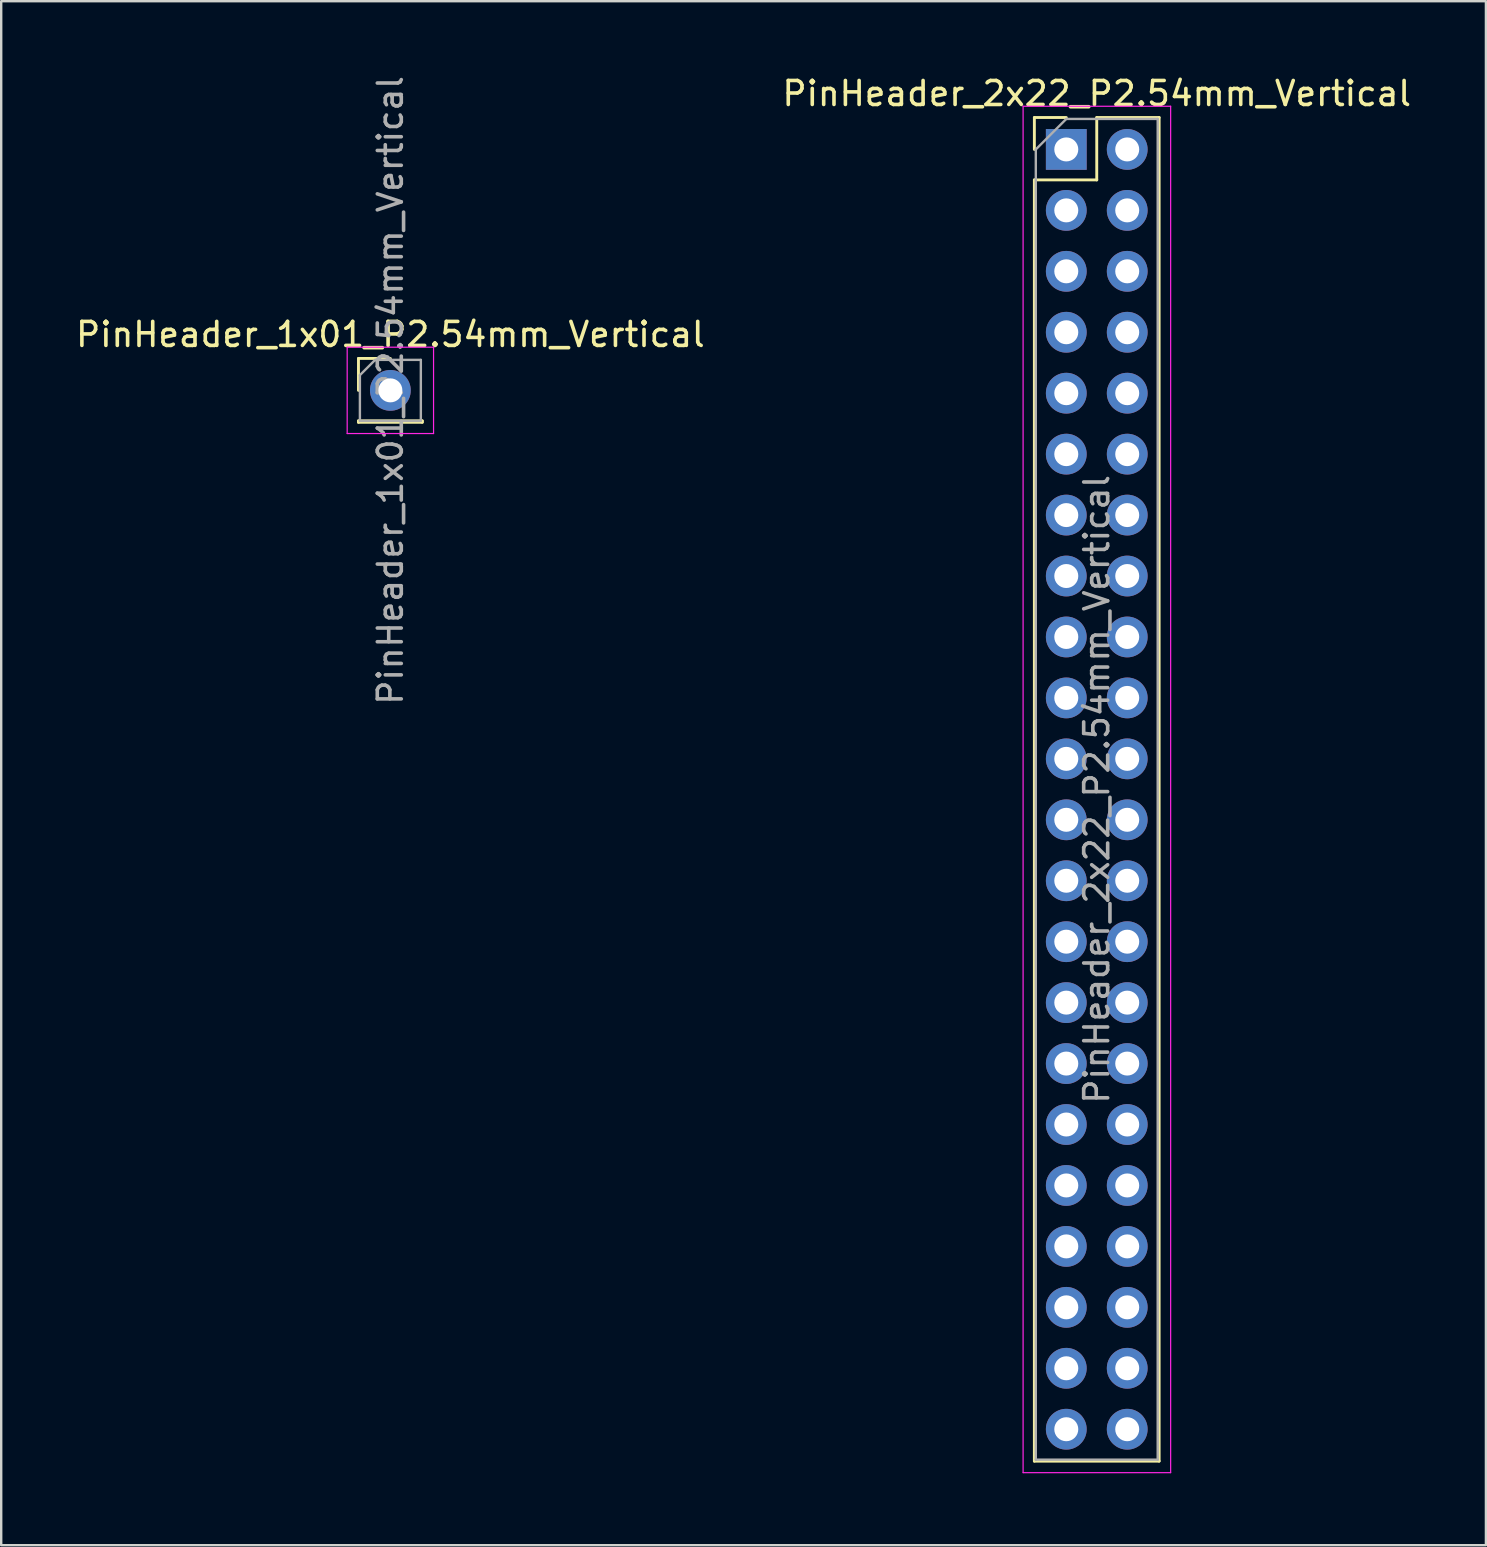
<source format=kicad_pcb>
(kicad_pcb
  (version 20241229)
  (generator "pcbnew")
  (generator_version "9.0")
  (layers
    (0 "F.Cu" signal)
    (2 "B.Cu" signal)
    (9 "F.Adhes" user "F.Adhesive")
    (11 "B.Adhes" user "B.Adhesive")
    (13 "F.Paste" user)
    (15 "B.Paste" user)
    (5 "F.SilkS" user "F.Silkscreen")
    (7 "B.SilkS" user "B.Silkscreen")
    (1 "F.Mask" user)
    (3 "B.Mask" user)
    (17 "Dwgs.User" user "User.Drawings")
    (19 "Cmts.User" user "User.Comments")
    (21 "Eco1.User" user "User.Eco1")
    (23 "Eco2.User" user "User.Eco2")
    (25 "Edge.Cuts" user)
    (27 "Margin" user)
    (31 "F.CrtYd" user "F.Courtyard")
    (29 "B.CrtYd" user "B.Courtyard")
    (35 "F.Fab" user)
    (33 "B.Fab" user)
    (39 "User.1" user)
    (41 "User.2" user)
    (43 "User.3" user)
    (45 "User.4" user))
  (footprint "PinHeader_1x01_P2.54mm_Vertical"
    (layer "F.Cu")
    (at 13.22 13.22)
    (property "Reference" "PinHeader_1x01_P2.54mm_Vertical" (at 0 -2.33 0) (layer "F.SilkS") (effects (font (size 1 1) (thickness 0.15))))
    (attr through_hole)
    (fp_line (start -1.33 -1.33) (end 0 -1.33) (stroke (width 0.12) (type solid)) (layer "F.SilkS"))
    (fp_line (start -1.33 0) (end -1.33 -1.33) (stroke (width 0.12) (type solid)) (layer "F.SilkS"))
    (fp_line (start -1.33 1.27) (end -1.33 1.33) (stroke (width 0.12) (type solid)) (layer "F.SilkS"))
    (fp_line (start -1.33 1.27) (end 1.33 1.27) (stroke (width 0.12) (type solid)) (layer "F.SilkS"))
    (fp_line (start -1.33 1.33) (end 1.33 1.33) (stroke (width 0.12) (type solid)) (layer "F.SilkS"))
    (fp_line (start 1.33 1.27) (end 1.33 1.33) (stroke (width 0.12) (type solid)) (layer "F.SilkS"))
    (fp_line (start -1.8 -1.8) (end -1.8 1.8) (stroke (width 0.05) (type solid)) (layer "F.CrtYd"))
    (fp_line (start -1.8 1.8) (end 1.8 1.8) (stroke (width 0.05) (type solid)) (layer "F.CrtYd"))
    (fp_line (start 1.8 -1.8) (end -1.8 -1.8) (stroke (width 0.05) (type solid)) (layer "F.CrtYd"))
    (fp_line (start 1.8 1.8) (end 1.8 -1.8) (stroke (width 0.05) (type solid)) (layer "F.CrtYd"))
    (fp_line (start -1.27 -0.635) (end -0.635 -1.27) (stroke (width 0.1) (type solid)) (layer "F.Fab"))
    (fp_line (start -1.27 1.27) (end -1.27 -0.635) (stroke (width 0.1) (type solid)) (layer "F.Fab"))
    (fp_line (start -0.635 -1.27) (end 1.27 -1.27) (stroke (width 0.1) (type solid)) (layer "F.Fab"))
    (fp_line (start 1.27 -1.27) (end 1.27 1.27) (stroke (width 0.1) (type solid)) (layer "F.Fab"))
    (fp_line (start 1.27 1.27) (end -1.27 1.27) (stroke (width 0.1) (type solid)) (layer "F.Fab"))
    (fp_text user "${REFERENCE}" (at 0 0 90) (layer "F.Fab") (effects (font (size 1 1) (thickness 0.15))))
    (pad "1" thru_hole circle (at 0 0) (size 1.7 1.7) (drill 1) (layers "*.Cu" "*.Mask")))
  (footprint "PinHeader_2x22_P2.54mm_Vertical"
    (layer "F.Cu")
    (at 42.661 29.848)
    (property "Reference" "PinHeader_2x22_P2.54mm_Vertical" (at 0 -29 0) (layer "F.SilkS") (effects (font (size 1 1) (thickness 0.15))))
    (attr through_hole)
    (fp_line (start -2.6 -28) (end -1.27 -28) (stroke (width 0.12) (type solid)) (layer "F.SilkS"))
    (fp_line (start -2.6 -26.67) (end -2.6 -28) (stroke (width 0.12) (type solid)) (layer "F.SilkS"))
    (fp_line (start -2.6 -25.4) (end -2.6 28) (stroke (width 0.12) (type solid)) (layer "F.SilkS"))
    (fp_line (start -2.6 -25.4) (end 0 -25.4) (stroke (width 0.12) (type solid)) (layer "F.SilkS"))
    (fp_line (start -2.6 28) (end 2.6 28) (stroke (width 0.12) (type solid)) (layer "F.SilkS"))
    (fp_line (start 0 -28) (end 2.6 -28) (stroke (width 0.12) (type solid)) (layer "F.SilkS"))
    (fp_line (start 0 -25.4) (end 0 -28) (stroke (width 0.12) (type solid)) (layer "F.SilkS"))
    (fp_line (start 2.6 -28) (end 2.6 28) (stroke (width 0.12) (type solid)) (layer "F.SilkS"))
    (fp_line (start -3.07 -28.47) (end -3.07 28.48) (stroke (width 0.05) (type solid)) (layer "F.CrtYd"))
    (fp_line (start -3.07 28.48) (end 3.08 28.48) (stroke (width 0.05) (type solid)) (layer "F.CrtYd"))
    (fp_line (start 3.08 -28.47) (end -3.07 -28.47) (stroke (width 0.05) (type solid)) (layer "F.CrtYd"))
    (fp_line (start 3.08 28.48) (end 3.08 -28.47) (stroke (width 0.05) (type solid)) (layer "F.CrtYd"))
    (fp_line (start -2.54 -26.67) (end -1.27 -27.94) (stroke (width 0.1) (type solid)) (layer "F.Fab"))
    (fp_line (start -2.54 27.94) (end -2.54 -26.67) (stroke (width 0.1) (type solid)) (layer "F.Fab"))
    (fp_line (start -1.27 -27.94) (end 2.54 -27.94) (stroke (width 0.1) (type solid)) (layer "F.Fab"))
    (fp_line (start 2.54 -27.94) (end 2.54 27.94) (stroke (width 0.1) (type solid)) (layer "F.Fab"))
    (fp_line (start 2.54 27.94) (end -2.54 27.94) (stroke (width 0.1) (type solid)) (layer "F.Fab"))
    (fp_text user "${REFERENCE}" (at 0 0 90) (layer "F.Fab") (effects (font (size 1 1) (thickness 0.15))))
    (pad "1" thru_hole rect (at -1.27 -26.67) (size 1.7 1.7) (drill 1) (layers "*.Cu" "*.Mask"))
    (pad "2" thru_hole oval (at -1.27 -24.13) (size 1.7 1.7) (drill 1) (layers "*.Cu" "*.Mask"))
    (pad "3" thru_hole oval (at -1.27 -21.59) (size 1.7 1.7) (drill 1) (layers "*.Cu" "*.Mask"))
    (pad "4" thru_hole oval (at -1.27 -19.05) (size 1.7 1.7) (drill 1) (layers "*.Cu" "*.Mask"))
    (pad "5" thru_hole oval (at -1.27 -16.51) (size 1.7 1.7) (drill 1) (layers "*.Cu" "*.Mask"))
    (pad "6" thru_hole oval (at -1.27 -13.97) (size 1.7 1.7) (drill 1) (layers "*.Cu" "*.Mask"))
    (pad "7" thru_hole oval (at -1.27 -11.43) (size 1.7 1.7) (drill 1) (layers "*.Cu" "*.Mask"))
    (pad "8" thru_hole oval (at -1.27 -8.89) (size 1.7 1.7) (drill 1) (layers "*.Cu" "*.Mask"))
    (pad "9" thru_hole oval (at -1.27 -6.35) (size 1.7 1.7) (drill 1) (layers "*.Cu" "*.Mask"))
    (pad "10" thru_hole oval (at -1.27 -3.81) (size 1.7 1.7) (drill 1) (layers "*.Cu" "*.Mask"))
    (pad "11" thru_hole oval (at -1.27 -1.27) (size 1.7 1.7) (drill 1) (layers "*.Cu" "*.Mask"))
    (pad "12" thru_hole oval (at -1.27 1.27) (size 1.7 1.7) (drill 1) (layers "*.Cu" "*.Mask"))
    (pad "13" thru_hole oval (at -1.27 3.81) (size 1.7 1.7) (drill 1) (layers "*.Cu" "*.Mask"))
    (pad "14" thru_hole oval (at -1.27 6.35) (size 1.7 1.7) (drill 1) (layers "*.Cu" "*.Mask"))
    (pad "15" thru_hole oval (at -1.27 8.89) (size 1.7 1.7) (drill 1) (layers "*.Cu" "*.Mask"))
    (pad "16" thru_hole oval (at -1.27 11.43) (size 1.7 1.7) (drill 1) (layers "*.Cu" "*.Mask"))
    (pad "17" thru_hole oval (at -1.27 13.97) (size 1.7 1.7) (drill 1) (layers "*.Cu" "*.Mask"))
    (pad "18" thru_hole oval (at -1.27 16.51) (size 1.7 1.7) (drill 1) (layers "*.Cu" "*.Mask"))
    (pad "19" thru_hole oval (at -1.27 19.05) (size 1.7 1.7) (drill 1) (layers "*.Cu" "*.Mask"))
    (pad "20" thru_hole oval (at -1.27 21.59) (size 1.7 1.7) (drill 1) (layers "*.Cu" "*.Mask"))
    (pad "21" thru_hole oval (at -1.27 24.13) (size 1.7 1.7) (drill 1) (layers "*.Cu" "*.Mask"))
    (pad "22" thru_hole oval (at -1.27 26.67) (size 1.7 1.7) (drill 1) (layers "*.Cu" "*.Mask"))
    (pad "A" thru_hole oval (at 1.27 -26.67) (size 1.7 1.7) (drill 1) (layers "*.Cu" "*.Mask"))
    (pad "B" thru_hole oval (at 1.27 -24.13) (size 1.7 1.7) (drill 1) (layers "*.Cu" "*.Mask"))
    (pad "C" thru_hole oval (at 1.27 -21.59) (size 1.7 1.7) (drill 1) (layers "*.Cu" "*.Mask"))
    (pad "D" thru_hole oval (at 1.27 -19.05) (size 1.7 1.7) (drill 1) (layers "*.Cu" "*.Mask"))
    (pad "E" thru_hole oval (at 1.27 -16.51) (size 1.7 1.7) (drill 1) (layers "*.Cu" "*.Mask"))
    (pad "F" thru_hole oval (at 1.27 -13.97) (size 1.7 1.7) (drill 1) (layers "*.Cu" "*.Mask"))
    (pad "H" thru_hole oval (at 1.27 -11.43) (size 1.7 1.7) (drill 1) (layers "*.Cu" "*.Mask"))
    (pad "J" thru_hole oval (at 1.27 -8.89) (size 1.7 1.7) (drill 1) (layers "*.Cu" "*.Mask"))
    (pad "K" thru_hole oval (at 1.27 -6.35) (size 1.7 1.7) (drill 1) (layers "*.Cu" "*.Mask"))
    (pad "L" thru_hole oval (at 1.27 -3.81) (size 1.7 1.7) (drill 1) (layers "*.Cu" "*.Mask"))
    (pad "M" thru_hole oval (at 1.27 -1.27) (size 1.7 1.7) (drill 1) (layers "*.Cu" "*.Mask"))
    (pad "N" thru_hole oval (at 1.27 1.27) (size 1.7 1.7) (drill 1) (layers "*.Cu" "*.Mask"))
    (pad "P" thru_hole oval (at 1.27 3.81) (size 1.7 1.7) (drill 1) (layers "*.Cu" "*.Mask"))
    (pad "R" thru_hole oval (at 1.27 6.35) (size 1.7 1.7) (drill 1) (layers "*.Cu" "*.Mask"))
    (pad "S" thru_hole oval (at 1.27 8.89) (size 1.7 1.7) (drill 1) (layers "*.Cu" "*.Mask"))
    (pad "T" thru_hole oval (at 1.27 11.43) (size 1.7 1.7) (drill 1) (layers "*.Cu" "*.Mask"))
    (pad "U" thru_hole oval (at 1.27 13.97) (size 1.7 1.7) (drill 1) (layers "*.Cu" "*.Mask"))
    (pad "V" thru_hole oval (at 1.27 16.51) (size 1.7 1.7) (drill 1) (layers "*.Cu" "*.Mask"))
    (pad "W" thru_hole oval (at 1.27 19.05) (size 1.7 1.7) (drill 1) (layers "*.Cu" "*.Mask"))
    (pad "X" thru_hole oval (at 1.27 21.59) (size 1.7 1.7) (drill 1) (layers "*.Cu" "*.Mask"))
    (pad "Y" thru_hole oval (at 1.27 24.13) (size 1.7 1.7) (drill 1) (layers "*.Cu" "*.Mask"))
    (pad "Z" thru_hole oval (at 1.27 26.67) (size 1.7 1.7) (drill 1) (layers "*.Cu" "*.Mask")))
  (gr_rect
    (start -3 -3)
    (end 58.881 61.353)
    (stroke (width 0.1) (type default))
    (fill no)
    (layer "Edge.Cuts")))
</source>
